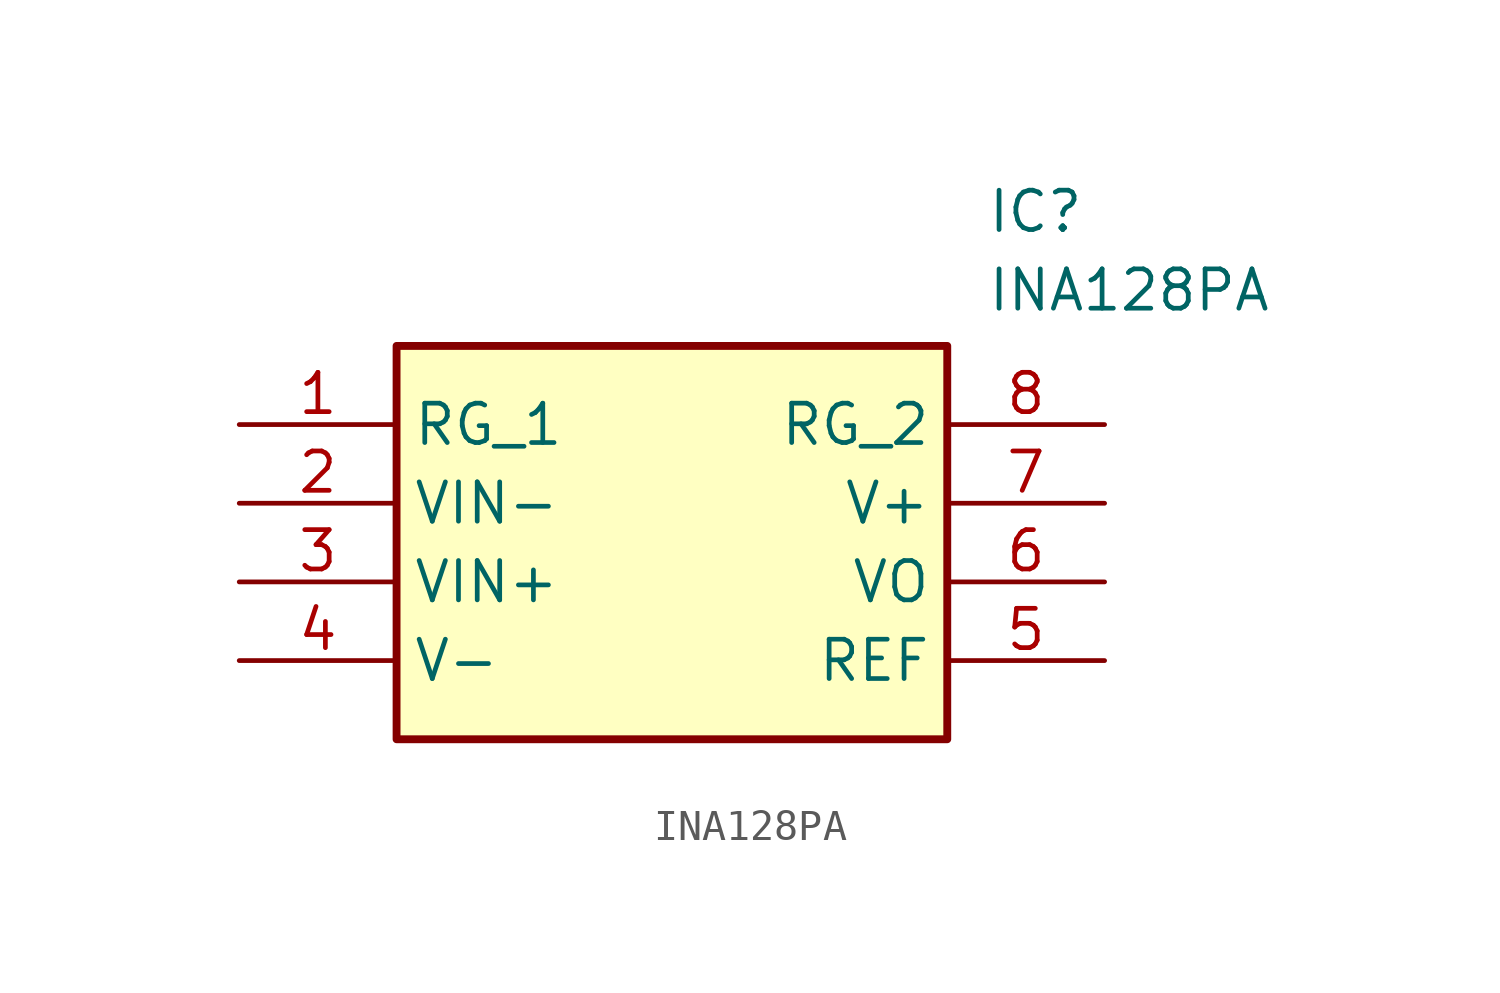
<source format=kicad_sym>
(kicad_symbol_lib
  (version 20211014)
  (generator SamacSys_ECAD_Model)
  (symbol "INA128PA"
    (property "Reference" "IC"
      (at 24.13 7.62 0)
      (effects (font (size 1.27 1.27)) (justify left top)))
    (property "Value" "INA128PA"
      (at 24.13 5.08 0)
      (effects (font (size 1.27 1.27)) (justify left top)))
    (rectangle
      (start 5.08 2.54)
      (end 22.86 -10.16)
      (stroke (width 0.254) (type default))
      (fill (type background)))
    (pin passive line
      (at 0 0 0)
      (length 5.08)
      (name "RG_1" (effects (font (size 1.27 1.27))))
      (number "1" (effects (font (size 1.27 1.27)))))
    (pin passive line
      (at 0 -2.54 0)
      (length 5.08)
      (name "VIN-" (effects (font (size 1.27 1.27))))
      (number "2" (effects (font (size 1.27 1.27)))))
    (pin passive line
      (at 0 -5.08 0)
      (length 5.08)
      (name "VIN+" (effects (font (size 1.27 1.27))))
      (number "3" (effects (font (size 1.27 1.27)))))
    (pin passive line
      (at 0 -7.62 0)
      (length 5.08)
      (name "V-" (effects (font (size 1.27 1.27))))
      (number "4" (effects (font (size 1.27 1.27)))))
    (pin passive line
      (at 27.94 0 180)
      (length 5.08)
      (name "RG_2" (effects (font (size 1.27 1.27))))
      (number "8" (effects (font (size 1.27 1.27)))))
    (pin passive line
      (at 27.94 -2.54 180)
      (length 5.08)
      (name "V+" (effects (font (size 1.27 1.27))))
      (number "7" (effects (font (size 1.27 1.27)))))
    (pin passive line
      (at 27.94 -5.08 180)
      (length 5.08)
      (name "VO" (effects (font (size 1.27 1.27))))
      (number "6" (effects (font (size 1.27 1.27)))))
    (pin passive line
      (at 27.94 -7.62 180)
      (length 5.08)
      (name "REF" (effects (font (size 1.27 1.27))))
      (number "5" (effects (font (size 1.27 1.27)))))))
</source>
